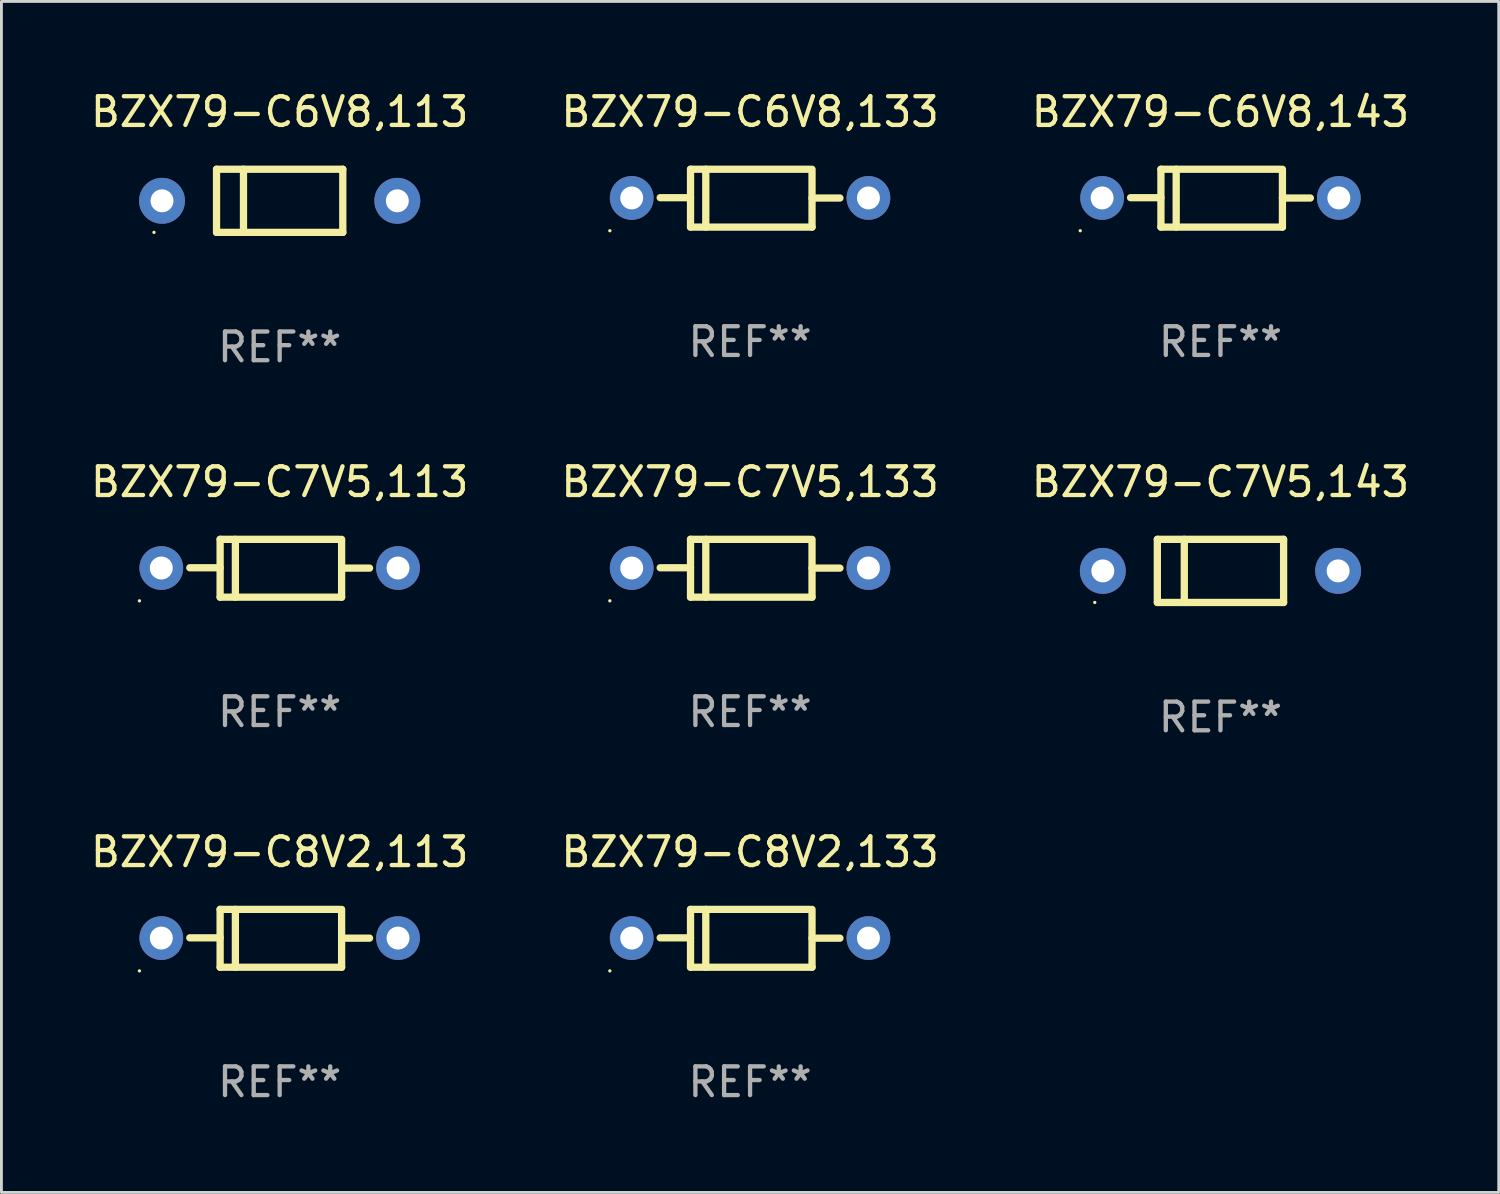
<source format=kicad_pcb>
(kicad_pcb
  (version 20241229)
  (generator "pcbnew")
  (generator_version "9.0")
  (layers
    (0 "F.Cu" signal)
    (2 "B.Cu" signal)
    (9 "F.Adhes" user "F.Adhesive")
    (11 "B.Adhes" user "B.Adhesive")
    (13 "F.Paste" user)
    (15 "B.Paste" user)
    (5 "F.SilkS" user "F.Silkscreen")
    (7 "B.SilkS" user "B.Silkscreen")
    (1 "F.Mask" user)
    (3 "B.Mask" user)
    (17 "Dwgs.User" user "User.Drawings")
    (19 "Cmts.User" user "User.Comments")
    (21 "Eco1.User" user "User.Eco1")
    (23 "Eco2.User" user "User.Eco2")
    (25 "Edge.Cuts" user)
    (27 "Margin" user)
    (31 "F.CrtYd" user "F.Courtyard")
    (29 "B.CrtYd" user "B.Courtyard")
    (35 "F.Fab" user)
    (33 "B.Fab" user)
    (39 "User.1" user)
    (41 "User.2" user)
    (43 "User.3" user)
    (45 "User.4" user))
  (footprint "BZX79-C7V5,143"
    (layer "F.Cu")
    (at 39.482 16.845)
    (property "Reference" "BZX79-C7V5,143" (at 0 -3.1 0) (layer "F.SilkS") (effects (font (size 1 1) (thickness 0.15))))
    (attr through_hole)
    (fp_line (start -2.2 -1.1) (end -2.2 1.1) (stroke (width 0.254) (type solid)) (layer "F.SilkS"))
    (fp_line (start -2.2 -1.1) (end 2.2 -1.1) (stroke (width 0.254) (type solid)) (layer "F.SilkS"))
    (fp_line (start -2.2 1.1) (end 2.2 1.1) (stroke (width 0.254) (type solid)) (layer "F.SilkS"))
    (fp_line (start -1.261 -1.1) (end -1.261 1.1) (stroke (width 0.254) (type solid)) (layer "F.SilkS"))
    (fp_line (start 2.2 -1.1) (end 2.2 1.1) (stroke (width 0.254) (type solid)) (layer "F.SilkS"))
    (fp_circle (center -4.38 1.1) (end -4.35 1.1) (stroke (width 0.06) (type solid)) (fill no) (layer "F.SilkS"))
    (fp_text user "REF**" (at 0 5.1 0) (layer "F.Fab") (effects (font (size 1 1) (thickness 0.15))))
    (pad "1" thru_hole circle (at -4.1 0) (size 1.6 1.6) (drill 0.8) (layers "*.Cu" "*.Mask"))
    (pad "2" thru_hole circle (at 4.1 0) (size 1.6 1.6) (drill 0.8) (layers "*.Cu" "*.Mask")))
  (footprint "BZX79-C7V5,133"
    (layer "F.Cu")
    (at 23.089 16.753)
    (property "Reference" "BZX79-C7V5,133" (at 0 -3.008 0) (layer "F.SilkS") (effects (font (size 1 1) (thickness 0.15))))
    (attr through_hole)
    (fp_line (start -2.075 -1.008) (end -2.075 1.008) (stroke (width 0.254) (type solid)) (layer "F.SilkS"))
    (fp_line (start -2.075 -0.017) (end -3.132 -0.017) (stroke (width 0.254) (type solid)) (layer "F.SilkS"))
    (fp_line (start -2.075 1.008) (end 2.159 1.008) (stroke (width 0.254) (type solid)) (layer "F.SilkS"))
    (fp_line (start -1.543 -1.008) (end -1.543 1.008) (stroke (width 0.254) (type solid)) (layer "F.SilkS"))
    (fp_line (start 2.075 -1.008) (end -2.075 -1.008) (stroke (width 0.254) (type solid)) (layer "F.SilkS"))
    (fp_line (start 2.159 -0.005) (end 3.132 -0.005) (stroke (width 0.254) (type solid)) (layer "F.SilkS"))
    (fp_line (start 2.159 1.008) (end 2.159 -1.008) (stroke (width 0.254) (type solid)) (layer "F.SilkS"))
    (fp_circle (center -4.887 1.135) (end -4.857 1.135) (stroke (width 0.06) (type solid)) (fill no) (layer "F.SilkS"))
    (fp_text user "REF**" (at 0 5.008 0) (layer "F.Fab") (effects (font (size 1 1) (thickness 0.15))))
    (pad "1" thru_hole circle (at -4.125 -0.008) (size 1.524 1.524) (drill 0.8) (layers "*.Cu" "*.Mask"))
    (pad "2" thru_hole circle (at 4.125 -0.008) (size 1.524 1.524) (drill 0.8) (layers "*.Cu" "*.Mask")))
  (footprint "BZX79-C6V8,133"
    (layer "F.Cu")
    (at 23.089 3.856)
    (property "Reference" "BZX79-C6V8,133" (at 0 -3.008 0) (layer "F.SilkS") (effects (font (size 1 1) (thickness 0.15))))
    (attr through_hole)
    (fp_line (start -2.075 -1.008) (end -2.075 1.008) (stroke (width 0.254) (type solid)) (layer "F.SilkS"))
    (fp_line (start -2.075 -0.017) (end -3.132 -0.017) (stroke (width 0.254) (type solid)) (layer "F.SilkS"))
    (fp_line (start -2.075 1.008) (end 2.159 1.008) (stroke (width 0.254) (type solid)) (layer "F.SilkS"))
    (fp_line (start -1.543 -1.008) (end -1.543 1.008) (stroke (width 0.254) (type solid)) (layer "F.SilkS"))
    (fp_line (start 2.075 -1.008) (end -2.075 -1.008) (stroke (width 0.254) (type solid)) (layer "F.SilkS"))
    (fp_line (start 2.159 -0.005) (end 3.132 -0.005) (stroke (width 0.254) (type solid)) (layer "F.SilkS"))
    (fp_line (start 2.159 1.008) (end 2.159 -1.008) (stroke (width 0.254) (type solid)) (layer "F.SilkS"))
    (fp_circle (center -4.887 1.135) (end -4.857 1.135) (stroke (width 0.06) (type solid)) (fill no) (layer "F.SilkS"))
    (fp_text user "REF**" (at 0 5.008 0) (layer "F.Fab") (effects (font (size 1 1) (thickness 0.15))))
    (pad "1" thru_hole circle (at -4.125 -0.008) (size 1.524 1.524) (drill 0.8) (layers "*.Cu" "*.Mask"))
    (pad "2" thru_hole circle (at 4.125 -0.008) (size 1.524 1.524) (drill 0.8) (layers "*.Cu" "*.Mask")))
  (footprint "BZX79-C7V5,113"
    (layer "F.Cu")
    (at 6.696 16.753)
    (property "Reference" "BZX79-C7V5,113" (at 0 -3.008 0) (layer "F.SilkS") (effects (font (size 1 1) (thickness 0.15))))
    (attr through_hole)
    (fp_line (start -2.075 -1.008) (end -2.075 1.008) (stroke (width 0.254) (type solid)) (layer "F.SilkS"))
    (fp_line (start -2.075 -0.017) (end -3.132 -0.017) (stroke (width 0.254) (type solid)) (layer "F.SilkS"))
    (fp_line (start -2.075 1.008) (end 2.159 1.008) (stroke (width 0.254) (type solid)) (layer "F.SilkS"))
    (fp_line (start -1.543 -1.008) (end -1.543 1.008) (stroke (width 0.254) (type solid)) (layer "F.SilkS"))
    (fp_line (start 2.075 -1.008) (end -2.075 -1.008) (stroke (width 0.254) (type solid)) (layer "F.SilkS"))
    (fp_line (start 2.159 -0.005) (end 3.132 -0.005) (stroke (width 0.254) (type solid)) (layer "F.SilkS"))
    (fp_line (start 2.159 1.008) (end 2.159 -1.008) (stroke (width 0.254) (type solid)) (layer "F.SilkS"))
    (fp_circle (center -4.887 1.135) (end -4.857 1.135) (stroke (width 0.06) (type solid)) (fill no) (layer "F.SilkS"))
    (fp_text user "REF**" (at 0 5.008 0) (layer "F.Fab") (effects (font (size 1 1) (thickness 0.15))))
    (pad "1" thru_hole circle (at -4.125 -0.008) (size 1.524 1.524) (drill 0.8) (layers "*.Cu" "*.Mask"))
    (pad "2" thru_hole circle (at 4.125 -0.008) (size 1.524 1.524) (drill 0.8) (layers "*.Cu" "*.Mask")))
  (footprint "BZX79-C8V2,113"
    (layer "F.Cu")
    (at 6.696 29.649)
    (property "Reference" "BZX79-C8V2,113" (at 0 -3.008 0) (layer "F.SilkS") (effects (font (size 1 1) (thickness 0.15))))
    (attr through_hole)
    (fp_line (start -2.075 -1.008) (end -2.075 1.008) (stroke (width 0.254) (type solid)) (layer "F.SilkS"))
    (fp_line (start -2.075 -0.017) (end -3.132 -0.017) (stroke (width 0.254) (type solid)) (layer "F.SilkS"))
    (fp_line (start -2.075 1.008) (end 2.159 1.008) (stroke (width 0.254) (type solid)) (layer "F.SilkS"))
    (fp_line (start -1.543 -1.008) (end -1.543 1.008) (stroke (width 0.254) (type solid)) (layer "F.SilkS"))
    (fp_line (start 2.075 -1.008) (end -2.075 -1.008) (stroke (width 0.254) (type solid)) (layer "F.SilkS"))
    (fp_line (start 2.159 -0.005) (end 3.132 -0.005) (stroke (width 0.254) (type solid)) (layer "F.SilkS"))
    (fp_line (start 2.159 1.008) (end 2.159 -1.008) (stroke (width 0.254) (type solid)) (layer "F.SilkS"))
    (fp_circle (center -4.887 1.135) (end -4.857 1.135) (stroke (width 0.06) (type solid)) (fill no) (layer "F.SilkS"))
    (fp_text user "REF**" (at 0 5.008 0) (layer "F.Fab") (effects (font (size 1 1) (thickness 0.15))))
    (pad "1" thru_hole circle (at -4.125 -0.008) (size 1.524 1.524) (drill 0.8) (layers "*.Cu" "*.Mask"))
    (pad "2" thru_hole circle (at 4.125 -0.008) (size 1.524 1.524) (drill 0.8) (layers "*.Cu" "*.Mask")))
  (footprint "BZX79-C8V2,133"
    (layer "F.Cu")
    (at 23.089 29.649)
    (property "Reference" "BZX79-C8V2,133" (at 0 -3.008 0) (layer "F.SilkS") (effects (font (size 1 1) (thickness 0.15))))
    (attr through_hole)
    (fp_line (start -2.075 -1.008) (end -2.075 1.008) (stroke (width 0.254) (type solid)) (layer "F.SilkS"))
    (fp_line (start -2.075 -0.017) (end -3.132 -0.017) (stroke (width 0.254) (type solid)) (layer "F.SilkS"))
    (fp_line (start -2.075 1.008) (end 2.159 1.008) (stroke (width 0.254) (type solid)) (layer "F.SilkS"))
    (fp_line (start -1.543 -1.008) (end -1.543 1.008) (stroke (width 0.254) (type solid)) (layer "F.SilkS"))
    (fp_line (start 2.075 -1.008) (end -2.075 -1.008) (stroke (width 0.254) (type solid)) (layer "F.SilkS"))
    (fp_line (start 2.159 -0.005) (end 3.132 -0.005) (stroke (width 0.254) (type solid)) (layer "F.SilkS"))
    (fp_line (start 2.159 1.008) (end 2.159 -1.008) (stroke (width 0.254) (type solid)) (layer "F.SilkS"))
    (fp_circle (center -4.887 1.135) (end -4.857 1.135) (stroke (width 0.06) (type solid)) (fill no) (layer "F.SilkS"))
    (fp_text user "REF**" (at 0 5.008 0) (layer "F.Fab") (effects (font (size 1 1) (thickness 0.15))))
    (pad "1" thru_hole circle (at -4.125 -0.008) (size 1.524 1.524) (drill 0.8) (layers "*.Cu" "*.Mask"))
    (pad "2" thru_hole circle (at 4.125 -0.008) (size 1.524 1.524) (drill 0.8) (layers "*.Cu" "*.Mask")))
  (footprint "BZX79-C6V8,143"
    (layer "F.Cu")
    (at 39.482 3.856)
    (property "Reference" "BZX79-C6V8,143" (at 0 -3.008 0) (layer "F.SilkS") (effects (font (size 1 1) (thickness 0.15))))
    (attr through_hole)
    (fp_line (start -2.075 -1.008) (end -2.075 1.008) (stroke (width 0.254) (type solid)) (layer "F.SilkS"))
    (fp_line (start -2.075 -0.017) (end -3.132 -0.017) (stroke (width 0.254) (type solid)) (layer "F.SilkS"))
    (fp_line (start -2.075 1.008) (end 2.159 1.008) (stroke (width 0.254) (type solid)) (layer "F.SilkS"))
    (fp_line (start -1.543 -1.008) (end -1.543 1.008) (stroke (width 0.254) (type solid)) (layer "F.SilkS"))
    (fp_line (start 2.075 -1.008) (end -2.075 -1.008) (stroke (width 0.254) (type solid)) (layer "F.SilkS"))
    (fp_line (start 2.159 -0.005) (end 3.132 -0.005) (stroke (width 0.254) (type solid)) (layer "F.SilkS"))
    (fp_line (start 2.159 1.008) (end 2.159 -1.008) (stroke (width 0.254) (type solid)) (layer "F.SilkS"))
    (fp_circle (center -4.887 1.135) (end -4.857 1.135) (stroke (width 0.06) (type solid)) (fill no) (layer "F.SilkS"))
    (fp_text user "REF**" (at 0 5.008 0) (layer "F.Fab") (effects (font (size 1 1) (thickness 0.15))))
    (pad "1" thru_hole circle (at -4.125 -0.008) (size 1.524 1.524) (drill 0.8) (layers "*.Cu" "*.Mask"))
    (pad "2" thru_hole circle (at 4.125 -0.008) (size 1.524 1.524) (drill 0.8) (layers "*.Cu" "*.Mask")))
  (footprint "BZX79-C6V8,113"
    (layer "F.Cu")
    (at 6.696 3.948)
    (property "Reference" "BZX79-C6V8,113" (at 0 -3.1 0) (layer "F.SilkS") (effects (font (size 1 1) (thickness 0.15))))
    (attr through_hole)
    (fp_line (start -2.2 -1.1) (end -2.2 1.1) (stroke (width 0.254) (type solid)) (layer "F.SilkS"))
    (fp_line (start -2.2 -1.1) (end 2.2 -1.1) (stroke (width 0.254) (type solid)) (layer "F.SilkS"))
    (fp_line (start -2.2 1.1) (end 2.2 1.1) (stroke (width 0.254) (type solid)) (layer "F.SilkS"))
    (fp_line (start -1.261 -1.1) (end -1.261 1.1) (stroke (width 0.254) (type solid)) (layer "F.SilkS"))
    (fp_line (start 2.2 -1.1) (end 2.2 1.1) (stroke (width 0.254) (type solid)) (layer "F.SilkS"))
    (fp_circle (center -4.38 1.1) (end -4.35 1.1) (stroke (width 0.06) (type solid)) (fill no) (layer "F.SilkS"))
    (fp_text user "REF**" (at 0 5.1 0) (layer "F.Fab") (effects (font (size 1 1) (thickness 0.15))))
    (pad "1" thru_hole circle (at -4.1 0) (size 1.6 1.6) (drill 0.8) (layers "*.Cu" "*.Mask"))
    (pad "2" thru_hole circle (at 4.1 0) (size 1.6 1.6) (drill 0.8) (layers "*.Cu" "*.Mask")))
  (gr_rect
    (start -3 -3)
    (end 49.179 38.506)
    (stroke (width 0.1) (type default))
    (fill no)
    (layer "Edge.Cuts")))
</source>
